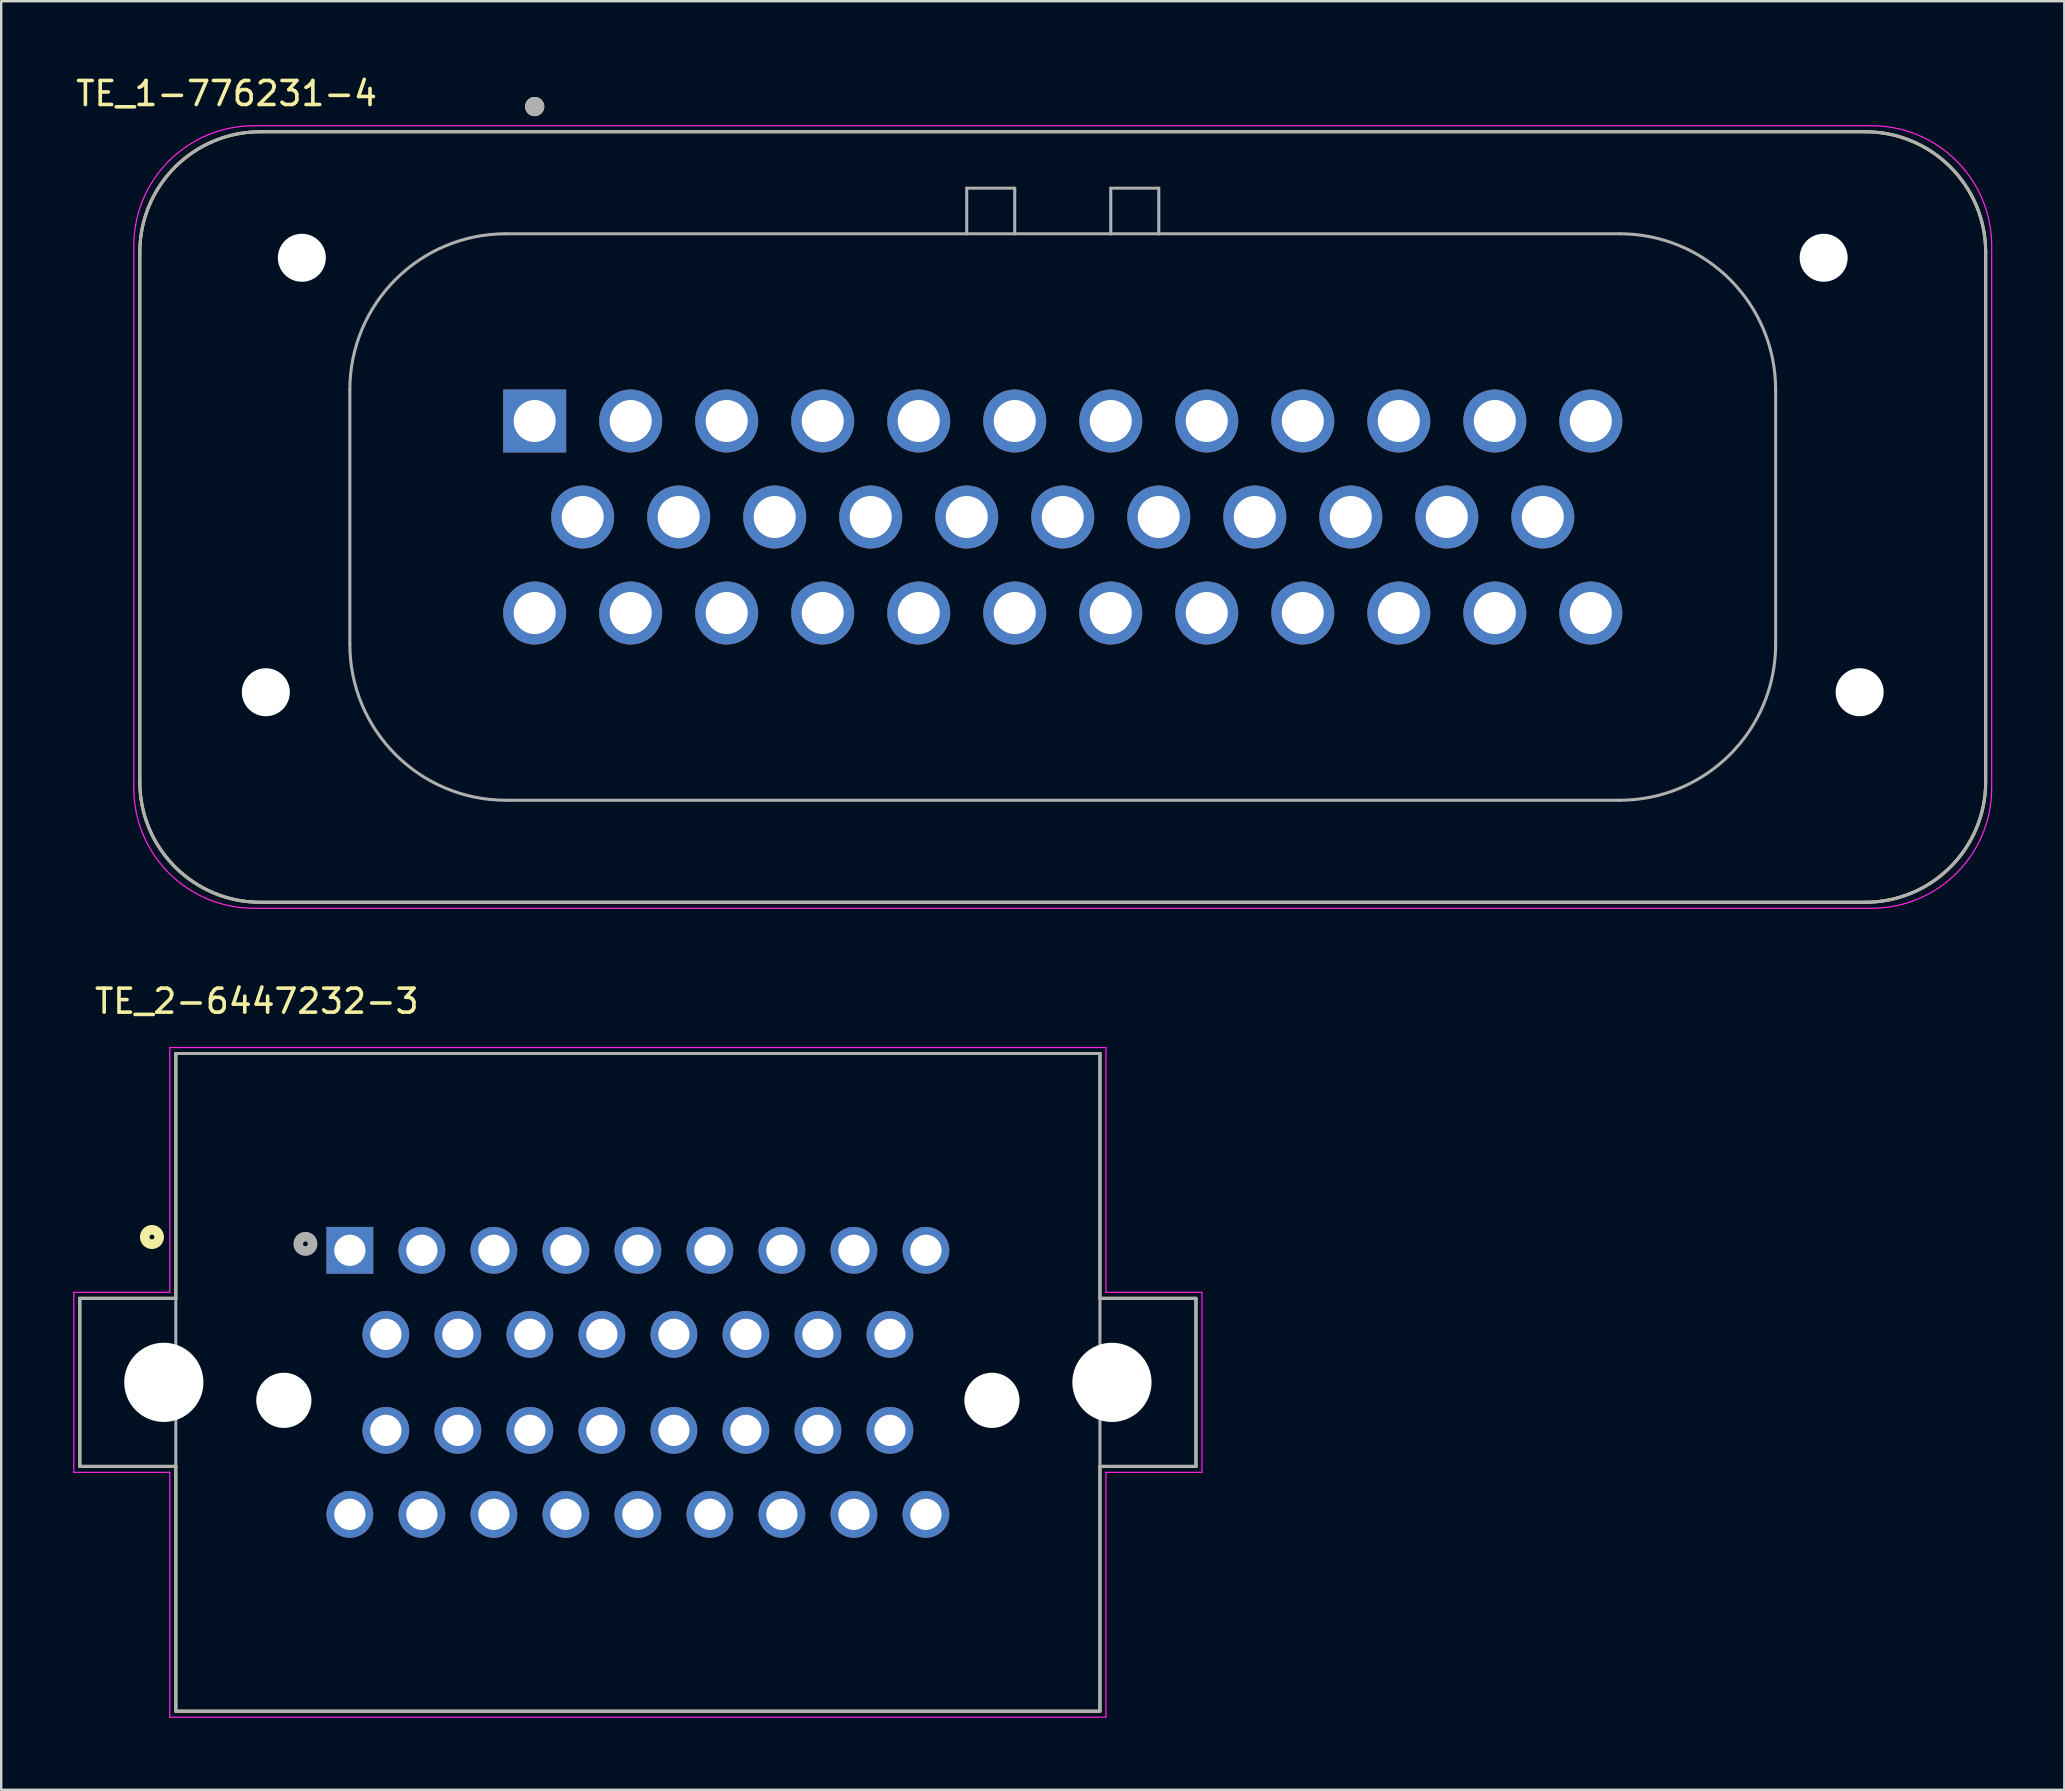
<source format=kicad_pcb>
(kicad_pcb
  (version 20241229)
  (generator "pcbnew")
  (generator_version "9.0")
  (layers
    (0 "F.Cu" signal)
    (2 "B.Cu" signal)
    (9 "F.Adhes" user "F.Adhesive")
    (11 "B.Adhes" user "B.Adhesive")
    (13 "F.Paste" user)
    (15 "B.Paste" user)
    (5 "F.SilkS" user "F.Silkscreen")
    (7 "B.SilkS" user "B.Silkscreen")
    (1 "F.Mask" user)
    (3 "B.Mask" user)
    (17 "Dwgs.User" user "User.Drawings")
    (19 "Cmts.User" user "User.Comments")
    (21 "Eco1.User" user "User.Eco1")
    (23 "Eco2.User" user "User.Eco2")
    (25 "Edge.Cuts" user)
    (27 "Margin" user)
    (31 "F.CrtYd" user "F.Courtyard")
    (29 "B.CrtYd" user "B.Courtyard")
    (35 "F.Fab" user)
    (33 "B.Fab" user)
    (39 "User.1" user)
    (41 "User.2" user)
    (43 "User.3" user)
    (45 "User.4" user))
  (footprint "TE_2-6447232-3"
    (layer "F.Cu")
    (at 23.525 54.54)
    (property "Reference" "TE_2-6447232-3" (at -15.878 -15.878 0) (layer "F.SilkS") (effects (font (size 1 1) (thickness 0.15))))
    (attr through_hole)
    (fp_line (start -23.25 -3.5) (end -23.25 3.5) (stroke (width 0.127) (type solid)) (layer "F.SilkS"))
    (fp_line (start -23.25 3.5) (end -19.25 3.5) (stroke (width 0.127) (type solid)) (layer "F.SilkS"))
    (fp_line (start -19.25 -13.7) (end 19.25 -13.7) (stroke (width 0.127) (type solid)) (layer "F.SilkS"))
    (fp_line (start -19.25 -3.5) (end -23.25 -3.5) (stroke (width 0.127) (type solid)) (layer "F.SilkS"))
    (fp_line (start -19.25 -3.5) (end -19.25 -13.7) (stroke (width 0.127) (type solid)) (layer "F.SilkS"))
    (fp_line (start -19.25 13.7) (end -19.25 3.5) (stroke (width 0.127) (type solid)) (layer "F.SilkS"))
    (fp_line (start 19.25 -3.5) (end 19.25 -13.7) (stroke (width 0.127) (type solid)) (layer "F.SilkS"))
    (fp_line (start 19.25 3.5) (end 23.25 3.5) (stroke (width 0.127) (type solid)) (layer "F.SilkS"))
    (fp_line (start 19.25 13.7) (end -19.25 13.7) (stroke (width 0.127) (type solid)) (layer "F.SilkS"))
    (fp_line (start 19.25 13.7) (end 19.25 3.5) (stroke (width 0.127) (type solid)) (layer "F.SilkS"))
    (fp_line (start 23.25 -3.5) (end 19.25 -3.5) (stroke (width 0.127) (type solid)) (layer "F.SilkS"))
    (fp_line (start 23.25 3.5) (end 23.25 -3.5) (stroke (width 0.127) (type solid)) (layer "F.SilkS"))
    (fp_circle (center -20.245 -6.055) (end -20.145 -6.055) (stroke (width 0.4) (type solid)) (fill no) (layer "F.SilkS"))
    (fp_line (start -23.5 -3.75) (end -19.5 -3.75) (stroke (width 0.05) (type solid)) (layer "F.CrtYd"))
    (fp_line (start -23.5 3.75) (end -23.5 -3.75) (stroke (width 0.05) (type solid)) (layer "F.CrtYd"))
    (fp_line (start -19.5 -13.95) (end 19.5 -13.95) (stroke (width 0.05) (type solid)) (layer "F.CrtYd"))
    (fp_line (start -19.5 -3.75) (end -19.5 -13.95) (stroke (width 0.05) (type solid)) (layer "F.CrtYd"))
    (fp_line (start -19.5 3.75) (end -23.5 3.75) (stroke (width 0.05) (type solid)) (layer "F.CrtYd"))
    (fp_line (start -19.5 13.95) (end -19.5 3.75) (stroke (width 0.05) (type solid)) (layer "F.CrtYd"))
    (fp_line (start 19.5 -13.95) (end 19.5 -3.75) (stroke (width 0.05) (type solid)) (layer "F.CrtYd"))
    (fp_line (start 19.5 -3.75) (end 23.5 -3.75) (stroke (width 0.05) (type solid)) (layer "F.CrtYd"))
    (fp_line (start 19.5 3.75) (end 19.5 13.95) (stroke (width 0.05) (type solid)) (layer "F.CrtYd"))
    (fp_line (start 19.5 13.95) (end -19.5 13.95) (stroke (width 0.05) (type solid)) (layer "F.CrtYd"))
    (fp_line (start 23.5 -3.75) (end 23.5 3.75) (stroke (width 0.05) (type solid)) (layer "F.CrtYd"))
    (fp_line (start 23.5 3.75) (end 19.5 3.75) (stroke (width 0.05) (type solid)) (layer "F.CrtYd"))
    (fp_line (start -23.25 -3.5) (end -23.25 3.5) (stroke (width 0.127) (type solid)) (layer "F.Fab"))
    (fp_line (start -23.25 3.5) (end -19.25 3.5) (stroke (width 0.127) (type solid)) (layer "F.Fab"))
    (fp_line (start -19.25 -13.7) (end 19.25 -13.7) (stroke (width 0.127) (type solid)) (layer "F.Fab"))
    (fp_line (start -19.25 -3.5) (end -23.25 -3.5) (stroke (width 0.127) (type solid)) (layer "F.Fab"))
    (fp_line (start -19.25 -3.5) (end -19.25 -13.7) (stroke (width 0.127) (type solid)) (layer "F.Fab"))
    (fp_line (start -19.25 3.5) (end -19.25 -3.5) (stroke (width 0.127) (type solid)) (layer "F.Fab"))
    (fp_line (start -19.25 13.7) (end -19.25 3.5) (stroke (width 0.127) (type solid)) (layer "F.Fab"))
    (fp_line (start 19.25 -13.7) (end 19.25 13.7) (stroke (width 0.127) (type solid)) (layer "F.Fab"))
    (fp_line (start 19.25 3.5) (end 23.25 3.5) (stroke (width 0.127) (type solid)) (layer "F.Fab"))
    (fp_line (start 19.25 13.7) (end -19.25 13.7) (stroke (width 0.127) (type solid)) (layer "F.Fab"))
    (fp_line (start 23.25 -3.5) (end 19.25 -3.5) (stroke (width 0.127) (type solid)) (layer "F.Fab"))
    (fp_line (start 23.25 3.5) (end 23.25 -3.5) (stroke (width 0.127) (type solid)) (layer "F.Fab"))
    (fp_circle (center -13.85 -5.77) (end -13.75 -5.77) (stroke (width 0.4) (type solid)) (fill no) (layer "F.Fab"))
    (pad "" np_thru_hole circle (at -19.75 0) (size 3.3 3.3) (drill 3.3) (layers "*.Cu" "*.Mask"))
    (pad "" np_thru_hole circle (at -14.75 0.75) (size 2.3 2.3) (drill 2.3) (layers "*.Cu" "*.Mask"))
    (pad "" np_thru_hole circle (at 14.75 0.75) (size 2.3 2.3) (drill 2.3) (layers "*.Cu" "*.Mask"))
    (pad "" np_thru_hole circle (at 19.75 0) (size 3.3 3.3) (drill 3.3) (layers "*.Cu" "*.Mask"))
    (pad "1" thru_hole rect (at -12 -5.5) (size 1.95 1.95) (drill 1.3) (layers "*.Cu" "*.Mask"))
    (pad "2" thru_hole circle (at -9 -5.5) (size 1.95 1.95) (drill 1.3) (layers "*.Cu" "*.Mask"))
    (pad "3" thru_hole circle (at -6 -5.5) (size 1.95 1.95) (drill 1.3) (layers "*.Cu" "*.Mask"))
    (pad "4" thru_hole circle (at -3 -5.5) (size 1.95 1.95) (drill 1.3) (layers "*.Cu" "*.Mask"))
    (pad "5" thru_hole circle (at 0 -5.5) (size 1.95 1.95) (drill 1.3) (layers "*.Cu" "*.Mask"))
    (pad "6" thru_hole circle (at 3 -5.5) (size 1.95 1.95) (drill 1.3) (layers "*.Cu" "*.Mask"))
    (pad "7" thru_hole circle (at 6 -5.5) (size 1.95 1.95) (drill 1.3) (layers "*.Cu" "*.Mask"))
    (pad "8" thru_hole circle (at 9 -5.5) (size 1.95 1.95) (drill 1.3) (layers "*.Cu" "*.Mask"))
    (pad "9" thru_hole circle (at 12 -5.5) (size 1.95 1.95) (drill 1.3) (layers "*.Cu" "*.Mask"))
    (pad "10" thru_hole circle (at -10.5 -2) (size 1.95 1.95) (drill 1.3) (layers "*.Cu" "*.Mask"))
    (pad "11" thru_hole circle (at -7.5 -2) (size 1.95 1.95) (drill 1.3) (layers "*.Cu" "*.Mask"))
    (pad "12" thru_hole circle (at -4.5 -2) (size 1.95 1.95) (drill 1.3) (layers "*.Cu" "*.Mask"))
    (pad "13" thru_hole circle (at -1.5 -2) (size 1.95 1.95) (drill 1.3) (layers "*.Cu" "*.Mask"))
    (pad "14" thru_hole circle (at 1.5 -2) (size 1.95 1.95) (drill 1.3) (layers "*.Cu" "*.Mask"))
    (pad "15" thru_hole circle (at 4.5 -2) (size 1.95 1.95) (drill 1.3) (layers "*.Cu" "*.Mask"))
    (pad "16" thru_hole circle (at 7.5 -2) (size 1.95 1.95) (drill 1.3) (layers "*.Cu" "*.Mask"))
    (pad "17" thru_hole circle (at 10.5 -2) (size 1.95 1.95) (drill 1.3) (layers "*.Cu" "*.Mask"))
    (pad "18" thru_hole circle (at -10.5 2) (size 1.95 1.95) (drill 1.3) (layers "*.Cu" "*.Mask"))
    (pad "19" thru_hole circle (at -7.5 2) (size 1.95 1.95) (drill 1.3) (layers "*.Cu" "*.Mask"))
    (pad "20" thru_hole circle (at -4.5 2) (size 1.95 1.95) (drill 1.3) (layers "*.Cu" "*.Mask"))
    (pad "21" thru_hole circle (at -1.5 2) (size 1.95 1.95) (drill 1.3) (layers "*.Cu" "*.Mask"))
    (pad "22" thru_hole circle (at 1.5 2) (size 1.95 1.95) (drill 1.3) (layers "*.Cu" "*.Mask"))
    (pad "23" thru_hole circle (at 4.5 2) (size 1.95 1.95) (drill 1.3) (layers "*.Cu" "*.Mask"))
    (pad "24" thru_hole circle (at 7.5 2) (size 1.95 1.95) (drill 1.3) (layers "*.Cu" "*.Mask"))
    (pad "25" thru_hole circle (at 10.5 2) (size 1.95 1.95) (drill 1.3) (layers "*.Cu" "*.Mask"))
    (pad "26" thru_hole circle (at -12 5.5) (size 1.95 1.95) (drill 1.3) (layers "*.Cu" "*.Mask"))
    (pad "27" thru_hole circle (at -9 5.5) (size 1.95 1.95) (drill 1.3) (layers "*.Cu" "*.Mask"))
    (pad "28" thru_hole circle (at -6 5.5) (size 1.95 1.95) (drill 1.3) (layers "*.Cu" "*.Mask"))
    (pad "29" thru_hole circle (at -3 5.5) (size 1.95 1.95) (drill 1.3) (layers "*.Cu" "*.Mask"))
    (pad "30" thru_hole circle (at 0 5.5) (size 1.95 1.95) (drill 1.3) (layers "*.Cu" "*.Mask"))
    (pad "31" thru_hole circle (at 3 5.5) (size 1.95 1.95) (drill 1.3) (layers "*.Cu" "*.Mask"))
    (pad "32" thru_hole circle (at 6 5.5) (size 1.95 1.95) (drill 1.3) (layers "*.Cu" "*.Mask"))
    (pad "33" thru_hole circle (at 9 5.5) (size 1.95 1.95) (drill 1.3) (layers "*.Cu" "*.Mask"))
    (pad "34" thru_hole circle (at 12 5.5) (size 1.95 1.95) (drill 1.3) (layers "*.Cu" "*.Mask")))
  (footprint "TE_1-776231-4"
    (layer "F.Cu")
    (at 41.225 18.489)
    (property "Reference" "TE_1-776231-4" (at -34.837 -17.641 0) (layer "F.SilkS") (effects (font (size 1 1) (thickness 0.15))))
    (attr through_hole)
    (fp_line (start -38.45 11.05) (end -38.45 -11.05) (stroke (width 0.127) (type solid)) (layer "F.SilkS"))
    (fp_line (start -33.4 -16.05) (end 33.4 -16.05) (stroke (width 0.127) (type solid)) (layer "F.SilkS"))
    (fp_line (start 33.4 16.05) (end -33.4 16.05) (stroke (width 0.127) (type solid)) (layer "F.SilkS"))
    (fp_line (start 38.45 -11.05) (end 38.45 11.05) (stroke (width 0.127) (type solid)) (layer "F.SilkS"))
    (fp_arc (start -38.45 -11.05) (mid -36.960534 -14.595889) (end -33.4 -16.05) (stroke (width 0.127) (type solid)) (layer "F.SilkS"))
    (fp_arc (start -33.4 16.05) (mid -36.960534 14.595889) (end -38.45 11.05) (stroke (width 0.127) (type solid)) (layer "F.SilkS"))
    (fp_arc (start 33.4 -16.05) (mid 36.960534 -14.595889) (end 38.45 -11.05) (stroke (width 0.127) (type solid)) (layer "F.SilkS"))
    (fp_arc (start 38.45 11.05) (mid 36.960534 14.595889) (end 33.4 16.05) (stroke (width 0.127) (type solid)) (layer "F.SilkS"))
    (fp_circle (center -22 -17.1) (end -21.8 -17.1) (stroke (width 0.4) (type solid)) (fill no) (layer "F.SilkS"))
    (fp_line (start -38.7 11.3) (end -38.7 -11.3) (stroke (width 0.05) (type solid)) (layer "F.CrtYd"))
    (fp_line (start -33.7 -16.3) (end 33.7 -16.3) (stroke (width 0.05) (type solid)) (layer "F.CrtYd"))
    (fp_line (start 33.7 16.3) (end -33.7 16.3) (stroke (width 0.05) (type solid)) (layer "F.CrtYd"))
    (fp_line (start 38.7 -11.3) (end 38.7 11.3) (stroke (width 0.05) (type solid)) (layer "F.CrtYd"))
    (fp_arc (start -38.7 -11.3) (mid -37.235534 -14.835534) (end -33.7 -16.3) (stroke (width 0.05) (type solid)) (layer "F.CrtYd"))
    (fp_arc (start -33.7 16.3) (mid -37.235534 14.835534) (end -38.7 11.3) (stroke (width 0.05) (type solid)) (layer "F.CrtYd"))
    (fp_arc (start 33.7 -16.3) (mid 37.235534 -14.835534) (end 38.7 -11.3) (stroke (width 0.05) (type solid)) (layer "F.CrtYd"))
    (fp_arc (start 38.7 11.3) (mid 37.235534 14.835534) (end 33.7 16.3) (stroke (width 0.05) (type solid)) (layer "F.CrtYd"))
    (fp_line (start -38.45 11.05) (end -38.45 -11.05) (stroke (width 0.127) (type solid)) (layer "F.Fab"))
    (fp_line (start -33.45 -16.05) (end 33.45 -16.05) (stroke (width 0.127) (type solid)) (layer "F.Fab"))
    (fp_line (start -29.7 5.3) (end -29.7 -5.3) (stroke (width 0.127) (type solid)) (layer "F.Fab"))
    (fp_line (start -23.2 -11.8) (end -4 -11.8) (stroke (width 0.127) (type solid)) (layer "F.Fab"))
    (fp_line (start -4 -13.7) (end -2 -13.7) (stroke (width 0.127) (type solid)) (layer "F.Fab"))
    (fp_line (start -4 -11.8) (end -4 -13.7) (stroke (width 0.127) (type solid)) (layer "F.Fab"))
    (fp_line (start -4 -11.8) (end -2 -11.8) (stroke (width 0.127) (type solid)) (layer "F.Fab"))
    (fp_line (start -2 -13.7) (end -2 -11.8) (stroke (width 0.127) (type solid)) (layer "F.Fab"))
    (fp_line (start -2 -11.8) (end 2 -11.8) (stroke (width 0.127) (type solid)) (layer "F.Fab"))
    (fp_line (start 2 -13.7) (end 4 -13.7) (stroke (width 0.127) (type solid)) (layer "F.Fab"))
    (fp_line (start 2 -11.8) (end 2 -13.7) (stroke (width 0.127) (type solid)) (layer "F.Fab"))
    (fp_line (start 2 -11.8) (end 4 -11.8) (stroke (width 0.127) (type solid)) (layer "F.Fab"))
    (fp_line (start 4 -13.7) (end 4 -11.8) (stroke (width 0.127) (type solid)) (layer "F.Fab"))
    (fp_line (start 4 -11.8) (end 23.2 -11.8) (stroke (width 0.127) (type solid)) (layer "F.Fab"))
    (fp_line (start 23.2 11.8) (end -23.2 11.8) (stroke (width 0.127) (type solid)) (layer "F.Fab"))
    (fp_line (start 29.7 -5.3) (end 29.7 5.3) (stroke (width 0.127) (type solid)) (layer "F.Fab"))
    (fp_line (start 33.45 16.05) (end -33.45 16.05) (stroke (width 0.127) (type solid)) (layer "F.Fab"))
    (fp_line (start 38.45 -11.05) (end 38.45 11.05) (stroke (width 0.127) (type solid)) (layer "F.Fab"))
    (fp_arc (start -38.45 -11.05) (mid -36.985534 -14.585534) (end -33.45 -16.05) (stroke (width 0.127) (type solid)) (layer "F.Fab"))
    (fp_arc (start -33.45 16.05) (mid -36.985534 14.585534) (end -38.45 11.05) (stroke (width 0.127) (type solid)) (layer "F.Fab"))
    (fp_arc (start -29.7 -5.3) (mid -27.796194 -9.896194) (end -23.2 -11.8) (stroke (width 0.127) (type solid)) (layer "F.Fab"))
    (fp_arc (start -23.2 11.8) (mid -27.796194 9.896194) (end -29.7 5.3) (stroke (width 0.127) (type solid)) (layer "F.Fab"))
    (fp_arc (start 23.2 -11.8) (mid 27.796194 -9.896194) (end 29.7 -5.3) (stroke (width 0.127) (type solid)) (layer "F.Fab"))
    (fp_arc (start 29.7 5.3) (mid 27.796194 9.896194) (end 23.2 11.8) (stroke (width 0.127) (type solid)) (layer "F.Fab"))
    (fp_arc (start 33.45 -16.05) (mid 36.985534 -14.585534) (end 38.45 -11.05) (stroke (width 0.127) (type solid)) (layer "F.Fab"))
    (fp_arc (start 38.45 11.05) (mid 36.985534 14.585534) (end 33.45 16.05) (stroke (width 0.127) (type solid)) (layer "F.Fab"))
    (fp_circle (center -22 -17.1) (end -21.8 -17.1) (stroke (width 0.4) (type solid)) (fill no) (layer "F.Fab"))
    (pad "" np_thru_hole circle (at -33.2 7.3) (size 2 2) (drill 2) (layers "*.Cu" "*.Mask"))
    (pad "" np_thru_hole circle (at -31.7 -10.8) (size 2 2) (drill 2) (layers "*.Cu" "*.Mask"))
    (pad "" np_thru_hole circle (at 31.7 -10.8) (size 2 2) (drill 2) (layers "*.Cu" "*.Mask"))
    (pad "" np_thru_hole circle (at 33.2 7.3) (size 2 2) (drill 2) (layers "*.Cu" "*.Mask"))
    (pad "1" thru_hole rect (at -22 -4) (size 2.625 2.625) (drill 1.75) (layers "*.Cu" "*.Mask"))
    (pad "2" thru_hole circle (at -18 -4) (size 2.625 2.625) (drill 1.75) (layers "*.Cu" "*.Mask"))
    (pad "3" thru_hole circle (at -14 -4) (size 2.625 2.625) (drill 1.75) (layers "*.Cu" "*.Mask"))
    (pad "4" thru_hole circle (at -10 -4) (size 2.625 2.625) (drill 1.75) (layers "*.Cu" "*.Mask"))
    (pad "5" thru_hole circle (at -6 -4) (size 2.625 2.625) (drill 1.75) (layers "*.Cu" "*.Mask"))
    (pad "6" thru_hole circle (at -2 -4) (size 2.625 2.625) (drill 1.75) (layers "*.Cu" "*.Mask"))
    (pad "7" thru_hole circle (at 2 -4) (size 2.625 2.625) (drill 1.75) (layers "*.Cu" "*.Mask"))
    (pad "8" thru_hole circle (at 6 -4) (size 2.625 2.625) (drill 1.75) (layers "*.Cu" "*.Mask"))
    (pad "9" thru_hole circle (at 10 -4) (size 2.625 2.625) (drill 1.75) (layers "*.Cu" "*.Mask"))
    (pad "10" thru_hole circle (at 14 -4) (size 2.625 2.625) (drill 1.75) (layers "*.Cu" "*.Mask"))
    (pad "11" thru_hole circle (at 18 -4) (size 2.625 2.625) (drill 1.75) (layers "*.Cu" "*.Mask"))
    (pad "12" thru_hole circle (at 22 -4) (size 2.625 2.625) (drill 1.75) (layers "*.Cu" "*.Mask"))
    (pad "13" thru_hole circle (at -20 0) (size 2.625 2.625) (drill 1.75) (layers "*.Cu" "*.Mask"))
    (pad "14" thru_hole circle (at -16 0) (size 2.625 2.625) (drill 1.75) (layers "*.Cu" "*.Mask"))
    (pad "15" thru_hole circle (at -12 0) (size 2.625 2.625) (drill 1.75) (layers "*.Cu" "*.Mask"))
    (pad "16" thru_hole circle (at -8 0) (size 2.625 2.625) (drill 1.75) (layers "*.Cu" "*.Mask"))
    (pad "17" thru_hole circle (at -4 0) (size 2.625 2.625) (drill 1.75) (layers "*.Cu" "*.Mask"))
    (pad "18" thru_hole circle (at 0 0) (size 2.625 2.625) (drill 1.75) (layers "*.Cu" "*.Mask"))
    (pad "19" thru_hole circle (at 4 0) (size 2.625 2.625) (drill 1.75) (layers "*.Cu" "*.Mask"))
    (pad "20" thru_hole circle (at 8 0) (size 2.625 2.625) (drill 1.75) (layers "*.Cu" "*.Mask"))
    (pad "21" thru_hole circle (at 12 0) (size 2.625 2.625) (drill 1.75) (layers "*.Cu" "*.Mask"))
    (pad "22" thru_hole circle (at 16 0) (size 2.625 2.625) (drill 1.75) (layers "*.Cu" "*.Mask"))
    (pad "23" thru_hole circle (at 20 0) (size 2.625 2.625) (drill 1.75) (layers "*.Cu" "*.Mask"))
    (pad "24" thru_hole circle (at -22 4) (size 2.625 2.625) (drill 1.75) (layers "*.Cu" "*.Mask"))
    (pad "25" thru_hole circle (at -18 4) (size 2.625 2.625) (drill 1.75) (layers "*.Cu" "*.Mask"))
    (pad "26" thru_hole circle (at -14 4) (size 2.625 2.625) (drill 1.75) (layers "*.Cu" "*.Mask"))
    (pad "27" thru_hole circle (at -10 4) (size 2.625 2.625) (drill 1.75) (layers "*.Cu" "*.Mask"))
    (pad "28" thru_hole circle (at -6 4) (size 2.625 2.625) (drill 1.75) (layers "*.Cu" "*.Mask"))
    (pad "29" thru_hole circle (at -2 4) (size 2.625 2.625) (drill 1.75) (layers "*.Cu" "*.Mask"))
    (pad "30" thru_hole circle (at 2 4) (size 2.625 2.625) (drill 1.75) (layers "*.Cu" "*.Mask"))
    (pad "31" thru_hole circle (at 6 4) (size 2.625 2.625) (drill 1.75) (layers "*.Cu" "*.Mask"))
    (pad "32" thru_hole circle (at 10 4) (size 2.625 2.625) (drill 1.75) (layers "*.Cu" "*.Mask"))
    (pad "33" thru_hole circle (at 14 4) (size 2.625 2.625) (drill 1.75) (layers "*.Cu" "*.Mask"))
    (pad "34" thru_hole circle (at 18 4) (size 2.625 2.625) (drill 1.75) (layers "*.Cu" "*.Mask"))
    (pad "35" thru_hole circle (at 22 4) (size 2.625 2.625) (drill 1.75) (layers "*.Cu" "*.Mask")))
  (gr_rect
    (start -3 -3)
    (end 82.95 71.515)
    (stroke (width 0.1) (type default))
    (fill no)
    (layer "Edge.Cuts")))
</source>
